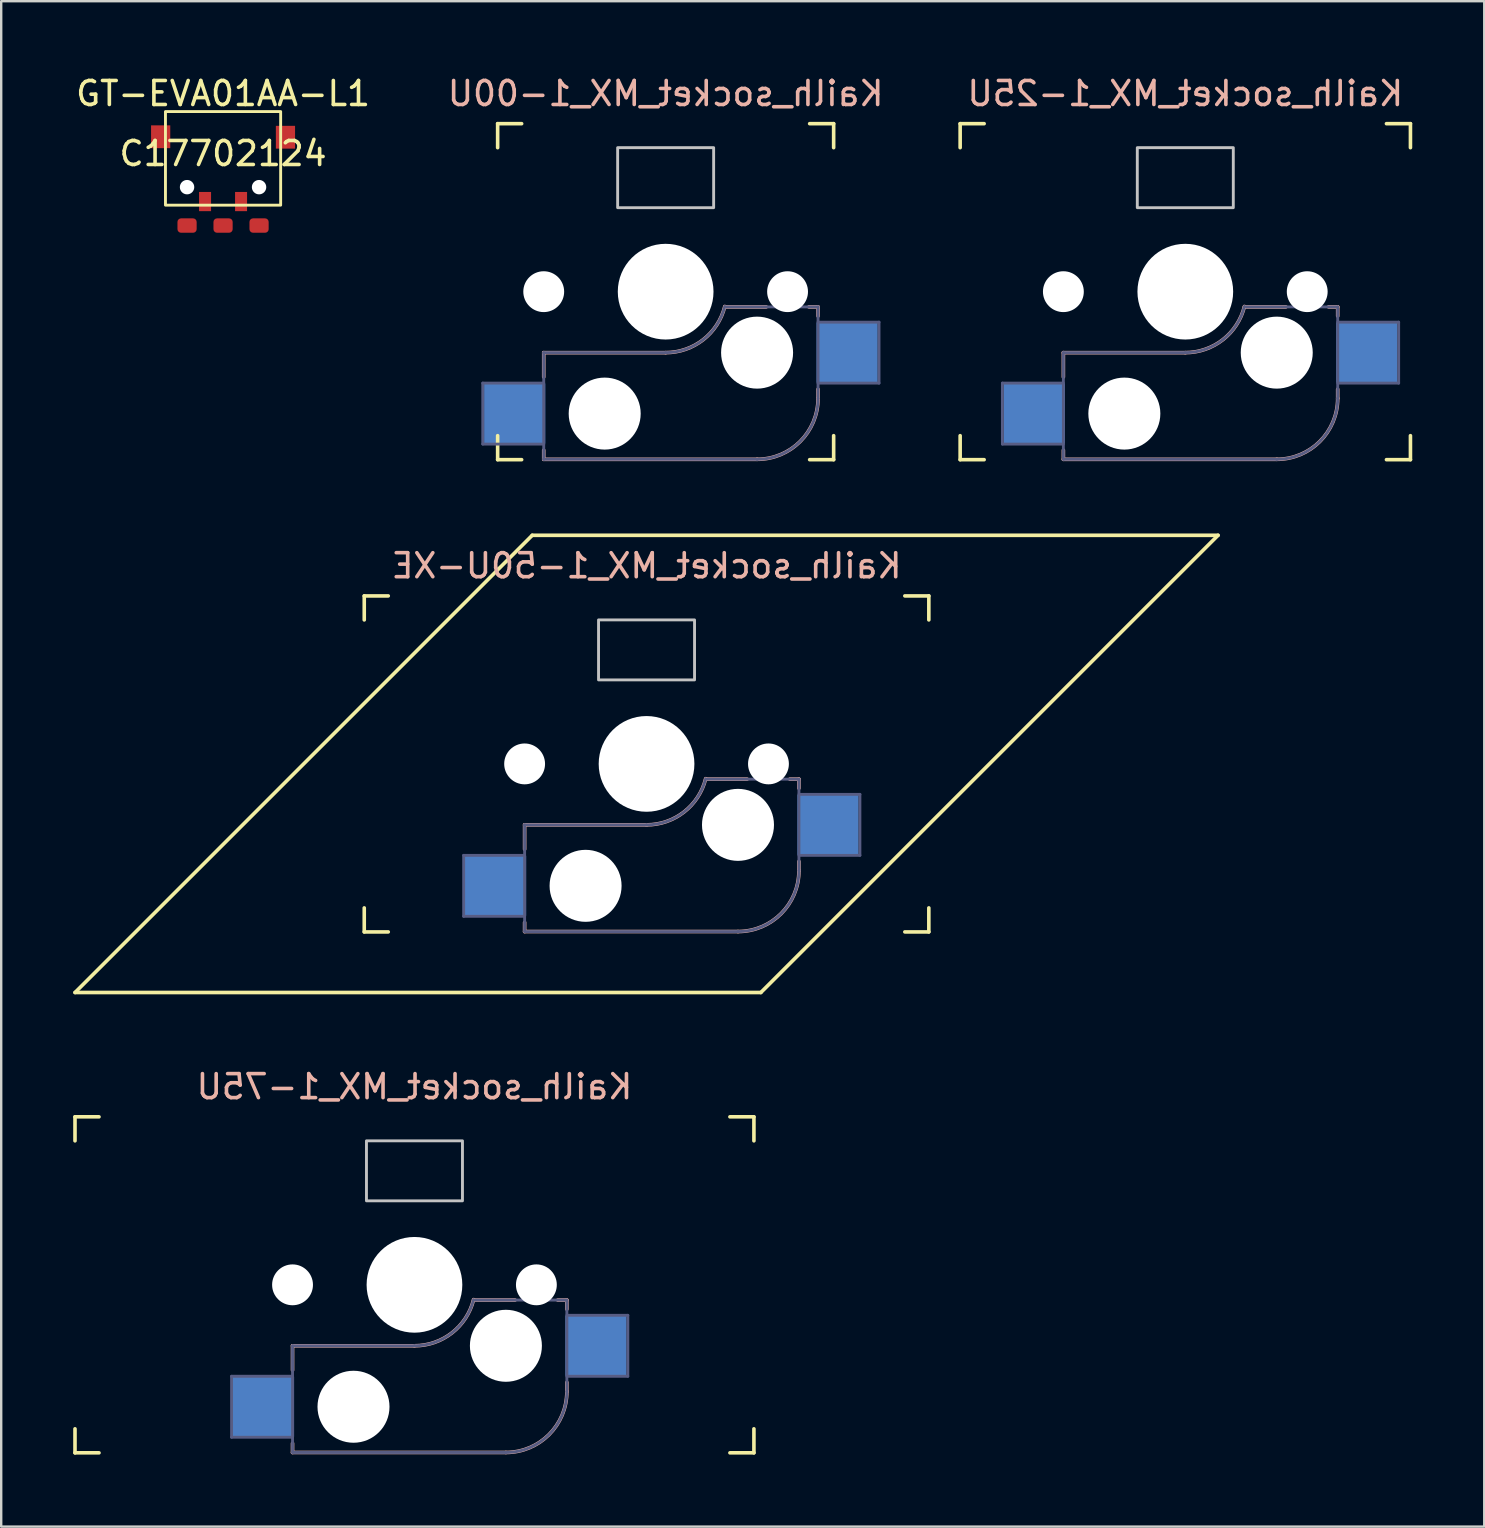
<source format=kicad_pcb>
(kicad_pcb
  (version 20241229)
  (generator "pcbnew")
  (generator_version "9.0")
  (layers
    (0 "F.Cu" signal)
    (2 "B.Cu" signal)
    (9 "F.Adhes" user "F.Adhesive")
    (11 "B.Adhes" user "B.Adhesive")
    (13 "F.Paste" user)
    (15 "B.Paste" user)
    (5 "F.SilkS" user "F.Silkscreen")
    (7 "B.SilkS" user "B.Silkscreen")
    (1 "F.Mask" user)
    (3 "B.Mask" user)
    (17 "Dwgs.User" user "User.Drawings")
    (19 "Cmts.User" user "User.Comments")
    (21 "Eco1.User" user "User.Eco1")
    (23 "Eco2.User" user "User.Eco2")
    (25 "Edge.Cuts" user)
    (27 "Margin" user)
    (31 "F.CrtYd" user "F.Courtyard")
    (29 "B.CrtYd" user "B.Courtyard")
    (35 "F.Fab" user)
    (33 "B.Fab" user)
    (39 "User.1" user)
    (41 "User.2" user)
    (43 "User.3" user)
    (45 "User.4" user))
  (footprint "Kailh_socket_MX_1-00U"
    (layer "F.Cu")
    (at 24.685 9.103)
    (property "Reference" "Kailh_socket_MX_1-00U" (at 0 -8.255 0) (layer "B.SilkS") (effects (font (size 1 1) (thickness 0.15)) (justify mirror)))
    (attr smd)
    (fp_line (start -7 -6) (end -7 -7) (stroke (width 0.15) (type solid)) (layer "F.SilkS"))
    (fp_line (start -7 7) (end -7 6) (stroke (width 0.15) (type solid)) (layer "F.SilkS"))
    (fp_line (start -7 7) (end -6 7) (stroke (width 0.15) (type solid)) (layer "F.SilkS"))
    (fp_line (start -6 -7) (end -7 -7) (stroke (width 0.15) (type solid)) (layer "F.SilkS"))
    (fp_line (start 6 7) (end 7 7) (stroke (width 0.15) (type solid)) (layer "F.SilkS"))
    (fp_line (start 7 -7) (end 6 -7) (stroke (width 0.15) (type solid)) (layer "F.SilkS"))
    (fp_line (start 7 -7) (end 7 -6) (stroke (width 0.15) (type solid)) (layer "F.SilkS"))
    (fp_line (start 7 6) (end 7 7) (stroke (width 0.15) (type solid)) (layer "F.SilkS"))
    (fp_line (start -5.08 2.54) (end 0 2.54) (stroke (width 0.15) (type solid)) (layer "B.SilkS"))
    (fp_line (start -5.08 3.556) (end -5.08 2.54) (stroke (width 0.15) (type solid)) (layer "B.SilkS"))
    (fp_line (start -5.08 6.985) (end -5.08 6.604) (stroke (width 0.15) (type solid)) (layer "B.SilkS"))
    (fp_line (start 2.464 0.635) (end 4.191 0.635) (stroke (width 0.15) (type solid)) (layer "B.SilkS"))
    (fp_line (start 3.81 6.985) (end -5.08 6.985) (stroke (width 0.15) (type solid)) (layer "B.SilkS"))
    (fp_line (start 5.969 0.635) (end 6.35 0.635) (stroke (width 0.15) (type solid)) (layer "B.SilkS"))
    (fp_line (start 6.35 1.016) (end 6.35 0.635) (stroke (width 0.15) (type solid)) (layer "B.SilkS"))
    (fp_line (start 6.35 4.445) (end 6.35 4.064) (stroke (width 0.15) (type solid)) (layer "B.SilkS"))
    (fp_arc (start 2.464162 0.61604) (mid 1.563147 2.002042) (end 0 2.54) (stroke (width 0.15) (type solid)) (layer "B.SilkS"))
    (fp_arc (start 6.35 4.445) (mid 5.606051 6.241051) (end 3.81 6.985) (stroke (width 0.15) (type solid)) (layer "B.SilkS"))
    (fp_rect (start -2 -6) (end 2 -3.5) (stroke (width 0.12) (type default)) (fill no) (layer "Dwgs.User"))
    (fp_line (start -6.9 6.9) (end -6.9 -6.9) (stroke (width 0.15) (type solid)) (layer "Eco2.User"))
    (fp_line (start -6.9 6.9) (end 6.9 6.9) (stroke (width 0.15) (type solid)) (layer "Eco2.User"))
    (fp_line (start 6.9 -6.9) (end -6.9 -6.9) (stroke (width 0.15) (type solid)) (layer "Eco2.User"))
    (fp_line (start 6.9 -6.9) (end 6.9 6.9) (stroke (width 0.15) (type solid)) (layer "Eco2.User"))
    (fp_line (start -7.62 3.81) (end -5.08 3.81) (stroke (width 0.12) (type solid)) (layer "B.Fab"))
    (fp_line (start -7.62 6.35) (end -7.62 3.81) (stroke (width 0.12) (type solid)) (layer "B.Fab"))
    (fp_line (start -5.08 2.54) (end 0 2.54) (stroke (width 0.12) (type solid)) (layer "B.Fab"))
    (fp_line (start -5.08 6.35) (end -7.62 6.35) (stroke (width 0.12) (type solid)) (layer "B.Fab"))
    (fp_line (start -5.08 6.985) (end -5.08 2.54) (stroke (width 0.12) (type solid)) (layer "B.Fab"))
    (fp_line (start 3.81 6.985) (end -5.08 6.985) (stroke (width 0.12) (type solid)) (layer "B.Fab"))
    (fp_line (start 6.35 0.635) (end 2.54 0.635) (stroke (width 0.12) (type solid)) (layer "B.Fab"))
    (fp_line (start 6.35 0.635) (end 6.35 4.445) (stroke (width 0.12) (type solid)) (layer "B.Fab"))
    (fp_line (start 6.35 1.27) (end 8.89 1.27) (stroke (width 0.12) (type solid)) (layer "B.Fab"))
    (fp_line (start 8.89 1.27) (end 8.89 3.81) (stroke (width 0.12) (type solid)) (layer "B.Fab"))
    (fp_line (start 8.89 3.81) (end 6.35 3.81) (stroke (width 0.12) (type solid)) (layer "B.Fab"))
    (fp_arc (start 2.464162 0.61604) (mid 1.563147 2.002042) (end 0 2.54) (stroke (width 0.12) (type solid)) (layer "B.Fab"))
    (fp_arc (start 6.35 4.445) (mid 5.606051 6.241051) (end 3.81 6.985) (stroke (width 0.12) (type solid)) (layer "B.Fab"))
    (pad "" np_thru_hole circle (at -5.08 0 180) (size 1.702 1.702) (drill 1.702) (layers "*.Cu" "*.Mask"))
    (pad "" np_thru_hole circle (at -2.54 5.08 180) (size 3 3) (drill 3) (layers "*.Cu" "*.Mask"))
    (pad "" np_thru_hole circle (at 0 0 180) (size 3.988 3.988) (drill 3.988) (layers "*.Cu" "*.Mask"))
    (pad "" np_thru_hole circle (at 3.81 2.54 180) (size 3 3) (drill 3) (layers "*.Cu" "*.Mask"))
    (pad "" np_thru_hole circle (at 5.08 0 180) (size 1.702 1.702) (drill 1.702) (layers "*.Cu" "*.Mask"))
    (pad "1" smd rect (at -6.29 5.08 180) (size 2.55 2.5) (layers "B.Cu" "B.Mask" "B.Paste"))
    (pad "2" smd rect (at 7.56 2.54 180) (size 2.55 2.5) (layers "B.Cu" "B.Mask" "B.Paste")))
  (footprint "Kailh_socket_MX_1-50U-XE"
    (layer "F.Cu")
    (at 23.889 28.779)
    (property "Reference" "Kailh_socket_MX_1-50U-XE" (at 0 -8.255 0) (layer "B.SilkS") (effects (font (size 1 1) (thickness 0.15)) (justify mirror)))
    (attr smd)
    (fp_line (start -23.812 9.525) (end -4.763 -9.525) (stroke (width 0.152) (type solid)) (layer "F.SilkS"))
    (fp_line (start -11.762 -6) (end -11.762 -7) (stroke (width 0.15) (type solid)) (layer "F.SilkS"))
    (fp_line (start -11.762 7) (end -11.762 6) (stroke (width 0.15) (type solid)) (layer "F.SilkS"))
    (fp_line (start -11.762 7) (end -10.762 7) (stroke (width 0.15) (type solid)) (layer "F.SilkS"))
    (fp_line (start -10.762 -7) (end -11.762 -7) (stroke (width 0.15) (type solid)) (layer "F.SilkS"))
    (fp_line (start -4.763 -9.525) (end 23.812 -9.525) (stroke (width 0.152) (type solid)) (layer "F.SilkS"))
    (fp_line (start 4.763 9.525) (end -23.812 9.525) (stroke (width 0.152) (type solid)) (layer "F.SilkS"))
    (fp_line (start 10.762 7) (end 11.762 7) (stroke (width 0.15) (type solid)) (layer "F.SilkS"))
    (fp_line (start 11.762 -7) (end 10.762 -7) (stroke (width 0.15) (type solid)) (layer "F.SilkS"))
    (fp_line (start 11.762 -7) (end 11.762 -6) (stroke (width 0.15) (type solid)) (layer "F.SilkS"))
    (fp_line (start 11.762 6) (end 11.762 7) (stroke (width 0.15) (type solid)) (layer "F.SilkS"))
    (fp_line (start 23.812 -9.525) (end 4.763 9.525) (stroke (width 0.152) (type solid)) (layer "F.SilkS"))
    (fp_line (start -5.08 2.54) (end 0 2.54) (stroke (width 0.15) (type solid)) (layer "B.SilkS"))
    (fp_line (start -5.08 3.556) (end -5.08 2.54) (stroke (width 0.15) (type solid)) (layer "B.SilkS"))
    (fp_line (start -5.08 6.985) (end -5.08 6.604) (stroke (width 0.15) (type solid)) (layer "B.SilkS"))
    (fp_line (start 2.464 0.635) (end 4.191 0.635) (stroke (width 0.15) (type solid)) (layer "B.SilkS"))
    (fp_line (start 3.81 6.985) (end -5.08 6.985) (stroke (width 0.15) (type solid)) (layer "B.SilkS"))
    (fp_line (start 5.969 0.635) (end 6.35 0.635) (stroke (width 0.15) (type solid)) (layer "B.SilkS"))
    (fp_line (start 6.35 1.016) (end 6.35 0.635) (stroke (width 0.15) (type solid)) (layer "B.SilkS"))
    (fp_line (start 6.35 4.445) (end 6.35 4.064) (stroke (width 0.15) (type solid)) (layer "B.SilkS"))
    (fp_arc (start 2.464162 0.61604) (mid 1.563147 2.002042) (end 0 2.54) (stroke (width 0.15) (type solid)) (layer "B.SilkS"))
    (fp_arc (start 6.35 4.445) (mid 5.606051 6.241051) (end 3.81 6.985) (stroke (width 0.15) (type solid)) (layer "B.SilkS"))
    (fp_rect (start -2 -6) (end 2 -3.5) (stroke (width 0.12) (type default)) (fill no) (layer "Dwgs.User"))
    (fp_line (start -6.9 6.9) (end -6.9 -6.9) (stroke (width 0.15) (type solid)) (layer "Eco2.User"))
    (fp_line (start -6.9 6.9) (end 6.9 6.9) (stroke (width 0.15) (type solid)) (layer "Eco2.User"))
    (fp_line (start 6.9 -6.9) (end -6.9 -6.9) (stroke (width 0.15) (type solid)) (layer "Eco2.User"))
    (fp_line (start 6.9 -6.9) (end 6.9 6.9) (stroke (width 0.15) (type solid)) (layer "Eco2.User"))
    (fp_line (start -7.62 3.81) (end -5.08 3.81) (stroke (width 0.12) (type solid)) (layer "B.Fab"))
    (fp_line (start -7.62 6.35) (end -7.62 3.81) (stroke (width 0.12) (type solid)) (layer "B.Fab"))
    (fp_line (start -5.08 2.54) (end 0 2.54) (stroke (width 0.12) (type solid)) (layer "B.Fab"))
    (fp_line (start -5.08 6.35) (end -7.62 6.35) (stroke (width 0.12) (type solid)) (layer "B.Fab"))
    (fp_line (start -5.08 6.985) (end -5.08 2.54) (stroke (width 0.12) (type solid)) (layer "B.Fab"))
    (fp_line (start 3.81 6.985) (end -5.08 6.985) (stroke (width 0.12) (type solid)) (layer "B.Fab"))
    (fp_line (start 6.35 0.635) (end 2.54 0.635) (stroke (width 0.12) (type solid)) (layer "B.Fab"))
    (fp_line (start 6.35 0.635) (end 6.35 4.445) (stroke (width 0.12) (type solid)) (layer "B.Fab"))
    (fp_line (start 6.35 1.27) (end 8.89 1.27) (stroke (width 0.12) (type solid)) (layer "B.Fab"))
    (fp_line (start 8.89 1.27) (end 8.89 3.81) (stroke (width 0.12) (type solid)) (layer "B.Fab"))
    (fp_line (start 8.89 3.81) (end 6.35 3.81) (stroke (width 0.12) (type solid)) (layer "B.Fab"))
    (fp_arc (start 2.464162 0.61604) (mid 1.563147 2.002042) (end 0 2.54) (stroke (width 0.12) (type solid)) (layer "B.Fab"))
    (fp_arc (start 6.35 4.445) (mid 5.606051 6.241051) (end 3.81 6.985) (stroke (width 0.12) (type solid)) (layer "B.Fab"))
    (pad "" np_thru_hole circle (at -5.08 0 180) (size 1.702 1.702) (drill 1.702) (layers "*.Cu" "*.Mask"))
    (pad "" np_thru_hole circle (at -2.54 5.08 180) (size 3 3) (drill 3) (layers "*.Cu" "*.Mask"))
    (pad "" np_thru_hole circle (at 0 0 180) (size 3.988 3.988) (drill 3.988) (layers "*.Cu" "*.Mask"))
    (pad "" np_thru_hole circle (at 3.81 2.54 180) (size 3 3) (drill 3) (layers "*.Cu" "*.Mask"))
    (pad "" np_thru_hole circle (at 5.08 0 180) (size 1.702 1.702) (drill 1.702) (layers "*.Cu" "*.Mask"))
    (pad "1" smd rect (at -6.29 5.08 180) (size 2.55 2.5) (layers "B.Cu" "B.Mask" "B.Paste"))
    (pad "2" smd rect (at 7.56 2.54 180) (size 2.55 2.5) (layers "B.Cu" "B.Mask" "B.Paste")))
  (footprint "Kailh_socket_MX_1-25U"
    (layer "F.Cu")
    (at 46.337 9.103)
    (property "Reference" "Kailh_socket_MX_1-25U" (at 0 -8.255 0) (layer "B.SilkS") (effects (font (size 1 1) (thickness 0.15)) (justify mirror)))
    (attr smd)
    (fp_line (start -9.381 -6) (end -9.381 -7) (stroke (width 0.15) (type solid)) (layer "F.SilkS"))
    (fp_line (start -9.381 7) (end -9.381 6) (stroke (width 0.15) (type solid)) (layer "F.SilkS"))
    (fp_line (start -9.381 7) (end -8.381 7) (stroke (width 0.15) (type solid)) (layer "F.SilkS"))
    (fp_line (start -8.381 -7) (end -9.381 -7) (stroke (width 0.15) (type solid)) (layer "F.SilkS"))
    (fp_line (start 8.381 7) (end 9.381 7) (stroke (width 0.15) (type solid)) (layer "F.SilkS"))
    (fp_line (start 9.381 -7) (end 8.381 -7) (stroke (width 0.15) (type solid)) (layer "F.SilkS"))
    (fp_line (start 9.381 -7) (end 9.381 -6) (stroke (width 0.15) (type solid)) (layer "F.SilkS"))
    (fp_line (start 9.381 6) (end 9.381 7) (stroke (width 0.15) (type solid)) (layer "F.SilkS"))
    (fp_line (start -5.08 2.54) (end 0 2.54) (stroke (width 0.15) (type solid)) (layer "B.SilkS"))
    (fp_line (start -5.08 3.556) (end -5.08 2.54) (stroke (width 0.15) (type solid)) (layer "B.SilkS"))
    (fp_line (start -5.08 6.985) (end -5.08 6.604) (stroke (width 0.15) (type solid)) (layer "B.SilkS"))
    (fp_line (start 2.464 0.635) (end 4.191 0.635) (stroke (width 0.15) (type solid)) (layer "B.SilkS"))
    (fp_line (start 3.81 6.985) (end -5.08 6.985) (stroke (width 0.15) (type solid)) (layer "B.SilkS"))
    (fp_line (start 5.969 0.635) (end 6.35 0.635) (stroke (width 0.15) (type solid)) (layer "B.SilkS"))
    (fp_line (start 6.35 1.016) (end 6.35 0.635) (stroke (width 0.15) (type solid)) (layer "B.SilkS"))
    (fp_line (start 6.35 4.445) (end 6.35 4.064) (stroke (width 0.15) (type solid)) (layer "B.SilkS"))
    (fp_arc (start 2.464162 0.61604) (mid 1.563147 2.002042) (end 0 2.54) (stroke (width 0.15) (type solid)) (layer "B.SilkS"))
    (fp_arc (start 6.35 4.445) (mid 5.606051 6.241051) (end 3.81 6.985) (stroke (width 0.15) (type solid)) (layer "B.SilkS"))
    (fp_rect (start -2 -6) (end 2 -3.5) (stroke (width 0.12) (type default)) (fill no) (layer "Dwgs.User"))
    (fp_line (start -6.9 6.9) (end -6.9 -6.9) (stroke (width 0.15) (type solid)) (layer "Eco2.User"))
    (fp_line (start -6.9 6.9) (end 6.9 6.9) (stroke (width 0.15) (type solid)) (layer "Eco2.User"))
    (fp_line (start 6.9 -6.9) (end -6.9 -6.9) (stroke (width 0.15) (type solid)) (layer "Eco2.User"))
    (fp_line (start 6.9 -6.9) (end 6.9 6.9) (stroke (width 0.15) (type solid)) (layer "Eco2.User"))
    (fp_line (start -7.62 3.81) (end -5.08 3.81) (stroke (width 0.12) (type solid)) (layer "B.Fab"))
    (fp_line (start -7.62 6.35) (end -7.62 3.81) (stroke (width 0.12) (type solid)) (layer "B.Fab"))
    (fp_line (start -5.08 2.54) (end 0 2.54) (stroke (width 0.12) (type solid)) (layer "B.Fab"))
    (fp_line (start -5.08 6.35) (end -7.62 6.35) (stroke (width 0.12) (type solid)) (layer "B.Fab"))
    (fp_line (start -5.08 6.985) (end -5.08 2.54) (stroke (width 0.12) (type solid)) (layer "B.Fab"))
    (fp_line (start 3.81 6.985) (end -5.08 6.985) (stroke (width 0.12) (type solid)) (layer "B.Fab"))
    (fp_line (start 6.35 0.635) (end 2.54 0.635) (stroke (width 0.12) (type solid)) (layer "B.Fab"))
    (fp_line (start 6.35 0.635) (end 6.35 4.445) (stroke (width 0.12) (type solid)) (layer "B.Fab"))
    (fp_line (start 6.35 1.27) (end 8.89 1.27) (stroke (width 0.12) (type solid)) (layer "B.Fab"))
    (fp_line (start 8.89 1.27) (end 8.89 3.81) (stroke (width 0.12) (type solid)) (layer "B.Fab"))
    (fp_line (start 8.89 3.81) (end 6.35 3.81) (stroke (width 0.12) (type solid)) (layer "B.Fab"))
    (fp_arc (start 2.464162 0.61604) (mid 1.563147 2.002042) (end 0 2.54) (stroke (width 0.12) (type solid)) (layer "B.Fab"))
    (fp_arc (start 6.35 4.445) (mid 5.606051 6.241051) (end 3.81 6.985) (stroke (width 0.12) (type solid)) (layer "B.Fab"))
    (pad "" np_thru_hole circle (at -5.08 0 180) (size 1.702 1.702) (drill 1.702) (layers "*.Cu" "*.Mask"))
    (pad "" np_thru_hole circle (at -2.54 5.08 180) (size 3 3) (drill 3) (layers "*.Cu" "*.Mask"))
    (pad "" np_thru_hole circle (at 0 0 180) (size 3.988 3.988) (drill 3.988) (layers "*.Cu" "*.Mask"))
    (pad "" np_thru_hole circle (at 3.81 2.54 180) (size 3 3) (drill 3) (layers "*.Cu" "*.Mask"))
    (pad "" np_thru_hole circle (at 5.08 0 180) (size 1.702 1.702) (drill 1.702) (layers "*.Cu" "*.Mask"))
    (pad "1" smd rect (at -6.29 5.08 180) (size 2.55 2.5) (layers "B.Cu" "B.Mask" "B.Paste"))
    (pad "2" smd rect (at 7.56 2.54 180) (size 2.55 2.5) (layers "B.Cu" "B.Mask" "B.Paste")))
  (footprint "Kailh_socket_MX_1-75U"
    (layer "F.Cu")
    (at 14.219 50.484)
    (property "Reference" "Kailh_socket_MX_1-75U" (at 0 -8.255 0) (layer "B.SilkS") (effects (font (size 1 1) (thickness 0.15)) (justify mirror)))
    (attr smd)
    (fp_line (start -14.144 -6) (end -14.144 -7) (stroke (width 0.15) (type solid)) (layer "F.SilkS"))
    (fp_line (start -14.144 7) (end -14.144 6) (stroke (width 0.15) (type solid)) (layer "F.SilkS"))
    (fp_line (start -14.144 7) (end -13.144 7) (stroke (width 0.15) (type solid)) (layer "F.SilkS"))
    (fp_line (start -13.144 -7) (end -14.144 -7) (stroke (width 0.15) (type solid)) (layer "F.SilkS"))
    (fp_line (start 13.144 7) (end 14.144 7) (stroke (width 0.15) (type solid)) (layer "F.SilkS"))
    (fp_line (start 14.144 -7) (end 13.144 -7) (stroke (width 0.15) (type solid)) (layer "F.SilkS"))
    (fp_line (start 14.144 -7) (end 14.144 -6) (stroke (width 0.15) (type solid)) (layer "F.SilkS"))
    (fp_line (start 14.144 6) (end 14.144 7) (stroke (width 0.15) (type solid)) (layer "F.SilkS"))
    (fp_line (start -5.08 2.54) (end 0 2.54) (stroke (width 0.15) (type solid)) (layer "B.SilkS"))
    (fp_line (start -5.08 3.556) (end -5.08 2.54) (stroke (width 0.15) (type solid)) (layer "B.SilkS"))
    (fp_line (start -5.08 6.985) (end -5.08 6.604) (stroke (width 0.15) (type solid)) (layer "B.SilkS"))
    (fp_line (start 2.464 0.635) (end 4.191 0.635) (stroke (width 0.15) (type solid)) (layer "B.SilkS"))
    (fp_line (start 3.81 6.985) (end -5.08 6.985) (stroke (width 0.15) (type solid)) (layer "B.SilkS"))
    (fp_line (start 5.969 0.635) (end 6.35 0.635) (stroke (width 0.15) (type solid)) (layer "B.SilkS"))
    (fp_line (start 6.35 1.016) (end 6.35 0.635) (stroke (width 0.15) (type solid)) (layer "B.SilkS"))
    (fp_line (start 6.35 4.445) (end 6.35 4.064) (stroke (width 0.15) (type solid)) (layer "B.SilkS"))
    (fp_arc (start 2.464162 0.61604) (mid 1.563147 2.002042) (end 0 2.54) (stroke (width 0.15) (type solid)) (layer "B.SilkS"))
    (fp_arc (start 6.35 4.445) (mid 5.606051 6.241051) (end 3.81 6.985) (stroke (width 0.15) (type solid)) (layer "B.SilkS"))
    (fp_rect (start -2 -6) (end 2 -3.5) (stroke (width 0.12) (type default)) (fill no) (layer "Dwgs.User"))
    (fp_line (start -6.9 6.9) (end -6.9 -6.9) (stroke (width 0.15) (type solid)) (layer "Eco2.User"))
    (fp_line (start -6.9 6.9) (end 6.9 6.9) (stroke (width 0.15) (type solid)) (layer "Eco2.User"))
    (fp_line (start 6.9 -6.9) (end -6.9 -6.9) (stroke (width 0.15) (type solid)) (layer "Eco2.User"))
    (fp_line (start 6.9 -6.9) (end 6.9 6.9) (stroke (width 0.15) (type solid)) (layer "Eco2.User"))
    (fp_line (start -7.62 3.81) (end -5.08 3.81) (stroke (width 0.12) (type solid)) (layer "B.Fab"))
    (fp_line (start -7.62 6.35) (end -7.62 3.81) (stroke (width 0.12) (type solid)) (layer "B.Fab"))
    (fp_line (start -5.08 2.54) (end 0 2.54) (stroke (width 0.12) (type solid)) (layer "B.Fab"))
    (fp_line (start -5.08 6.35) (end -7.62 6.35) (stroke (width 0.12) (type solid)) (layer "B.Fab"))
    (fp_line (start -5.08 6.985) (end -5.08 2.54) (stroke (width 0.12) (type solid)) (layer "B.Fab"))
    (fp_line (start 3.81 6.985) (end -5.08 6.985) (stroke (width 0.12) (type solid)) (layer "B.Fab"))
    (fp_line (start 6.35 0.635) (end 2.54 0.635) (stroke (width 0.12) (type solid)) (layer "B.Fab"))
    (fp_line (start 6.35 0.635) (end 6.35 4.445) (stroke (width 0.12) (type solid)) (layer "B.Fab"))
    (fp_line (start 6.35 1.27) (end 8.89 1.27) (stroke (width 0.12) (type solid)) (layer "B.Fab"))
    (fp_line (start 8.89 1.27) (end 8.89 3.81) (stroke (width 0.12) (type solid)) (layer "B.Fab"))
    (fp_line (start 8.89 3.81) (end 6.35 3.81) (stroke (width 0.12) (type solid)) (layer "B.Fab"))
    (fp_arc (start 2.464162 0.61604) (mid 1.563147 2.002042) (end 0 2.54) (stroke (width 0.12) (type solid)) (layer "B.Fab"))
    (fp_arc (start 6.35 4.445) (mid 5.606051 6.241051) (end 3.81 6.985) (stroke (width 0.12) (type solid)) (layer "B.Fab"))
    (pad "" np_thru_hole circle (at -5.08 0 180) (size 1.702 1.702) (drill 1.702) (layers "*.Cu" "*.Mask"))
    (pad "" np_thru_hole circle (at -2.54 5.08 180) (size 3 3) (drill 3) (layers "*.Cu" "*.Mask"))
    (pad "" np_thru_hole circle (at 0 0 180) (size 3.988 3.988) (drill 3.988) (layers "*.Cu" "*.Mask"))
    (pad "" np_thru_hole circle (at 3.81 2.54 180) (size 3 3) (drill 3) (layers "*.Cu" "*.Mask"))
    (pad "" np_thru_hole circle (at 5.08 0 180) (size 1.702 1.702) (drill 1.702) (layers "*.Cu" "*.Mask"))
    (pad "1" smd rect (at -6.29 5.08 180) (size 2.55 2.5) (layers "B.Cu" "B.Mask" "B.Paste"))
    (pad "2" smd rect (at 7.56 2.54 180) (size 2.55 2.5) (layers "B.Cu" "B.Mask" "B.Paste")))
  (footprint "GT-EVA01AA-L1"
    (layer "F.Cu")
    (at 6.244 3.348)
    (property "Reference" "GT-EVA01AA-L1" (at 0 -2.5 0) (unlocked yes) (layer "F.SilkS") (effects (font (size 1 1) (thickness 0.15))))
    (property "JLC Ref" "C17702124" (at 0 0 0) (unlocked yes) (layer "F.SilkS") (effects (font (size 1 1) (thickness 0.15))))
    (attr smd)
    (fp_rect (start -2.4 -1.75) (end 2.4 2.15) (stroke (width 0.12) (type default)) (fill no) (layer "F.SilkS"))
    (pad "" smd rect (at -2.6 -0.7) (size 0.8 0.95) (layers "F.Cu" "F.Mask" "F.Paste"))
    (pad "" np_thru_hole circle (at -1.5 1.4) (size 0.6 0.6) (drill 0.6) (layers "*.Mask" "F.Cu"))
    (pad "" np_thru_hole circle (at 1.5 1.4) (size 0.6 0.6) (drill 0.6) (layers "*.Mask" "F.Cu"))
    (pad "" smd rect (at 2.6 -0.68) (size 0.8 0.95) (layers "F.Cu" "F.Mask" "F.Paste"))
    (pad "A" smd roundrect (at -1.5 3) (size 0.8 0.6) (layers "F.Cu" "F.Mask" "F.Paste") (roundrect_rratio 0.25))
    (pad "B" smd roundrect (at 1.5 3) (size 0.8 0.6) (layers "F.Cu" "F.Mask" "F.Paste") (roundrect_rratio 0.25))
    (pad "C" smd roundrect (at 0 3) (size 0.8 0.6) (layers "F.Cu" "F.Mask" "F.Paste") (roundrect_rratio 0.25))
    (pad "S1" smd rect (at -0.75 2) (size 0.5 0.8) (layers "F.Cu" "F.Mask" "F.Paste"))
    (pad "S2" smd rect (at 0.75 2) (size 0.5 0.8) (layers "F.Cu" "F.Mask" "F.Paste")))
  (gr_rect
    (start -3 -3)
    (end 58.793 60.559)
    (stroke (width 0.1) (type default))
    (fill no)
    (layer "Edge.Cuts")))
</source>
